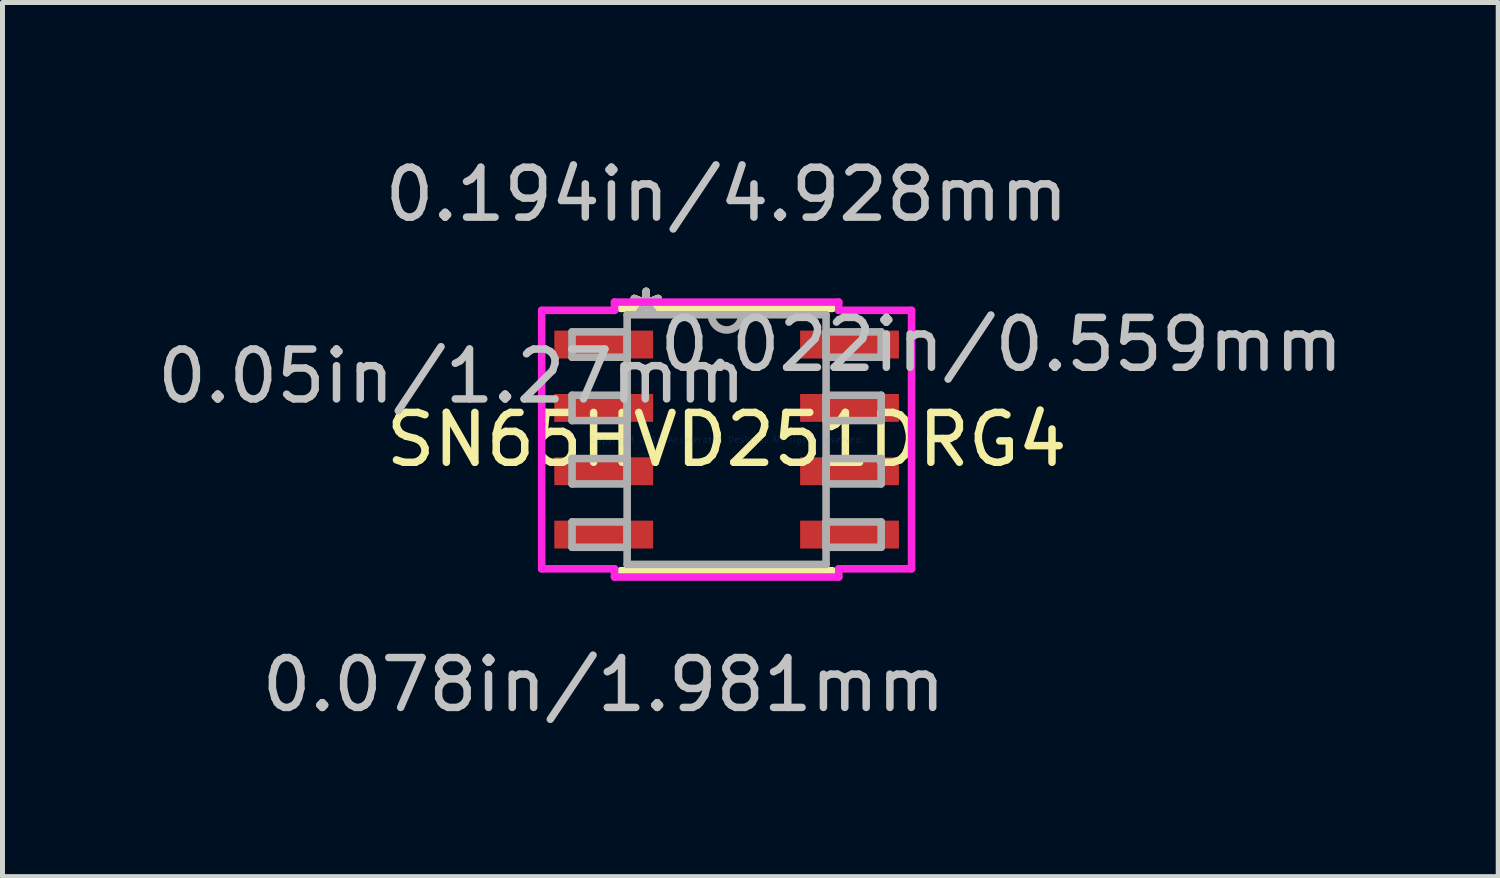
<source format=kicad_pcb>
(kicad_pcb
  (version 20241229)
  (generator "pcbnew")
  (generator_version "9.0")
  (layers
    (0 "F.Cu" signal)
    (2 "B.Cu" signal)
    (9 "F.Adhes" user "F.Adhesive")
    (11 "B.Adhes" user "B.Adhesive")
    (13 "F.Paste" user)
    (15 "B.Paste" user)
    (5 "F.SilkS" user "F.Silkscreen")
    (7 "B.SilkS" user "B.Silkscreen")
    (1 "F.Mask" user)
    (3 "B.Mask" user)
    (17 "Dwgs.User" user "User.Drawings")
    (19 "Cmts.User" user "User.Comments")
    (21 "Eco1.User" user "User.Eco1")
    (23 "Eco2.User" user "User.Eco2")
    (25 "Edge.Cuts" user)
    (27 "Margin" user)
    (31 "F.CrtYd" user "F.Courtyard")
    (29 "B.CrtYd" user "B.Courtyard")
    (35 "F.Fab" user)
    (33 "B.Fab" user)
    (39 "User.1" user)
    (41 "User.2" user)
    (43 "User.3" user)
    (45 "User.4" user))
  (footprint "SN65HVD251DRG4"
    (layer "F.Cu")
    (at 11.518 5.763)
    (property "Reference" "SN65HVD251DRG4" (at 0 0 0) (layer "F.SilkS") (effects (font (size 1 1) (thickness 0.15))))
    (attr through_hole)
    (fp_line (start -2.121 2.629) (end 2.121 2.629) (stroke (width 0.152) (type solid)) (layer "F.SilkS"))
    (fp_line (start 2.121 -2.629) (end -2.121 -2.629) (stroke (width 0.152) (type solid)) (layer "F.SilkS"))
    (fp_line (start -3.708 -2.591) (end -2.248 -2.591) (stroke (width 0.152) (type solid)) (layer "F.CrtYd"))
    (fp_line (start -3.708 2.591) (end -3.708 -2.591) (stroke (width 0.152) (type solid)) (layer "F.CrtYd"))
    (fp_line (start -2.248 -2.756) (end 2.248 -2.756) (stroke (width 0.152) (type solid)) (layer "F.CrtYd"))
    (fp_line (start -2.248 -2.591) (end -2.248 -2.756) (stroke (width 0.152) (type solid)) (layer "F.CrtYd"))
    (fp_line (start -2.248 2.591) (end -3.708 2.591) (stroke (width 0.152) (type solid)) (layer "F.CrtYd"))
    (fp_line (start -2.248 2.756) (end -2.248 2.591) (stroke (width 0.152) (type solid)) (layer "F.CrtYd"))
    (fp_line (start 2.248 -2.756) (end 2.248 -2.591) (stroke (width 0.152) (type solid)) (layer "F.CrtYd"))
    (fp_line (start 2.248 -2.591) (end 3.708 -2.591) (stroke (width 0.152) (type solid)) (layer "F.CrtYd"))
    (fp_line (start 2.248 2.591) (end 2.248 2.756) (stroke (width 0.152) (type solid)) (layer "F.CrtYd"))
    (fp_line (start 2.248 2.756) (end -2.248 2.756) (stroke (width 0.152) (type solid)) (layer "F.CrtYd"))
    (fp_line (start 3.708 -2.591) (end 3.708 2.591) (stroke (width 0.152) (type solid)) (layer "F.CrtYd"))
    (fp_line (start 3.708 2.591) (end 2.248 2.591) (stroke (width 0.152) (type solid)) (layer "F.CrtYd"))
    (fp_line (start -3.099 -2.159) (end -3.099 -1.651) (stroke (width 0.152) (type solid)) (layer "F.Fab"))
    (fp_line (start -3.099 -1.651) (end -1.994 -1.651) (stroke (width 0.152) (type solid)) (layer "F.Fab"))
    (fp_line (start -3.099 -0.889) (end -3.099 -0.381) (stroke (width 0.152) (type solid)) (layer "F.Fab"))
    (fp_line (start -3.099 -0.381) (end -1.994 -0.381) (stroke (width 0.152) (type solid)) (layer "F.Fab"))
    (fp_line (start -3.099 0.381) (end -3.099 0.889) (stroke (width 0.152) (type solid)) (layer "F.Fab"))
    (fp_line (start -3.099 0.889) (end -1.994 0.889) (stroke (width 0.152) (type solid)) (layer "F.Fab"))
    (fp_line (start -3.099 1.651) (end -3.099 2.159) (stroke (width 0.152) (type solid)) (layer "F.Fab"))
    (fp_line (start -3.099 2.159) (end -1.994 2.159) (stroke (width 0.152) (type solid)) (layer "F.Fab"))
    (fp_line (start -1.994 -2.502) (end -1.994 2.502) (stroke (width 0.152) (type solid)) (layer "F.Fab"))
    (fp_line (start -1.994 -2.159) (end -3.099 -2.159) (stroke (width 0.152) (type solid)) (layer "F.Fab"))
    (fp_line (start -1.994 -1.651) (end -1.994 -2.159) (stroke (width 0.152) (type solid)) (layer "F.Fab"))
    (fp_line (start -1.994 -0.889) (end -3.099 -0.889) (stroke (width 0.152) (type solid)) (layer "F.Fab"))
    (fp_line (start -1.994 -0.381) (end -1.994 -0.889) (stroke (width 0.152) (type solid)) (layer "F.Fab"))
    (fp_line (start -1.994 0.381) (end -3.099 0.381) (stroke (width 0.152) (type solid)) (layer "F.Fab"))
    (fp_line (start -1.994 0.889) (end -1.994 0.381) (stroke (width 0.152) (type solid)) (layer "F.Fab"))
    (fp_line (start -1.994 1.651) (end -3.099 1.651) (stroke (width 0.152) (type solid)) (layer "F.Fab"))
    (fp_line (start -1.994 2.159) (end -1.994 1.651) (stroke (width 0.152) (type solid)) (layer "F.Fab"))
    (fp_line (start -1.994 2.502) (end 1.994 2.502) (stroke (width 0.152) (type solid)) (layer "F.Fab"))
    (fp_line (start 1.994 -2.502) (end -1.994 -2.502) (stroke (width 0.152) (type solid)) (layer "F.Fab"))
    (fp_line (start 1.994 -2.159) (end 1.994 -1.651) (stroke (width 0.152) (type solid)) (layer "F.Fab"))
    (fp_line (start 1.994 -1.651) (end 3.099 -1.651) (stroke (width 0.152) (type solid)) (layer "F.Fab"))
    (fp_line (start 1.994 -0.889) (end 1.994 -0.381) (stroke (width 0.152) (type solid)) (layer "F.Fab"))
    (fp_line (start 1.994 -0.381) (end 3.099 -0.381) (stroke (width 0.152) (type solid)) (layer "F.Fab"))
    (fp_line (start 1.994 0.381) (end 1.994 0.889) (stroke (width 0.152) (type solid)) (layer "F.Fab"))
    (fp_line (start 1.994 0.889) (end 3.099 0.889) (stroke (width 0.152) (type solid)) (layer "F.Fab"))
    (fp_line (start 1.994 1.651) (end 1.994 2.159) (stroke (width 0.152) (type solid)) (layer "F.Fab"))
    (fp_line (start 1.994 2.159) (end 3.099 2.159) (stroke (width 0.152) (type solid)) (layer "F.Fab"))
    (fp_line (start 1.994 2.502) (end 1.994 -2.502) (stroke (width 0.152) (type solid)) (layer "F.Fab"))
    (fp_line (start 3.099 -2.159) (end 1.994 -2.159) (stroke (width 0.152) (type solid)) (layer "F.Fab"))
    (fp_line (start 3.099 -1.651) (end 3.099 -2.159) (stroke (width 0.152) (type solid)) (layer "F.Fab"))
    (fp_line (start 3.099 -0.889) (end 1.994 -0.889) (stroke (width 0.152) (type solid)) (layer "F.Fab"))
    (fp_line (start 3.099 -0.381) (end 3.099 -0.889) (stroke (width 0.152) (type solid)) (layer "F.Fab"))
    (fp_line (start 3.099 0.381) (end 1.994 0.381) (stroke (width 0.152) (type solid)) (layer "F.Fab"))
    (fp_line (start 3.099 0.889) (end 3.099 0.381) (stroke (width 0.152) (type solid)) (layer "F.Fab"))
    (fp_line (start 3.099 1.651) (end 1.994 1.651) (stroke (width 0.152) (type solid)) (layer "F.Fab"))
    (fp_line (start 3.099 2.159) (end 3.099 1.651) (stroke (width 0.152) (type solid)) (layer "F.Fab"))
    (fp_arc (start 0.3048 -2.5019) (mid 0 -2.1971) (end -0.3048 -2.5019) (stroke (width 0.1524) (type solid)) (layer "F.Fab"))
    (fp_text user "*" (at -1.613 -2.426 0) (layer "F.SilkS") (effects (font (size 1 1) (thickness 0.15))))
    (fp_text user "*" (at -1.613 -2.426 0) (layer "F.SilkS") (effects (font (size 1 1) (thickness 0.15))))
    (fp_text user "0.078in/1.981mm" (at -2.464 4.915 0) (layer "Dwgs.User") (effects (font (size 1 1) (thickness 0.15))))
    (fp_text user "0.05in/1.27mm" (at -5.512 -1.27 0) (layer "Dwgs.User") (effects (font (size 1 1) (thickness 0.15))))
    (fp_text user "0.194in/4.928mm" (at 0 -4.915 0) (layer "Dwgs.User") (effects (font (size 1 1) (thickness 0.15))))
    (fp_text user "0.022in/0.559mm" (at 5.512 -1.905 0) (layer "Dwgs.User") (effects (font (size 1 1) (thickness 0.15))))
    (fp_text user "Copyright 2016 Accelerated Designs. All rights reserved." (at 0 0 0) (layer "Cmts.User") (effects (font (size 0.127 0.127) (thickness 0.002))))
    (fp_text user "*" (at -1.613 -2.426 0) (layer "F.Fab") (effects (font (size 1 1) (thickness 0.15))))
    (fp_text user "*" (at -1.613 -2.426 0) (layer "F.Fab") (effects (font (size 1 1) (thickness 0.15))))
    (pad "1" smd rect (at -2.464 -1.905) (size 1.981 0.559) (layers "F.Cu" "F.Mask" "F.Paste"))
    (pad "2" smd rect (at -2.464 -0.635) (size 1.981 0.559) (layers "F.Cu" "F.Mask" "F.Paste"))
    (pad "3" smd rect (at -2.464 0.635) (size 1.981 0.559) (layers "F.Cu" "F.Mask" "F.Paste"))
    (pad "4" smd rect (at -2.464 1.905) (size 1.981 0.559) (layers "F.Cu" "F.Mask" "F.Paste"))
    (pad "5" smd rect (at 2.464 1.905) (size 1.981 0.559) (layers "F.Cu" "F.Mask" "F.Paste"))
    (pad "6" smd rect (at 2.464 0.635) (size 1.981 0.559) (layers "F.Cu" "F.Mask" "F.Paste"))
    (pad "7" smd rect (at 2.464 -0.635) (size 1.981 0.559) (layers "F.Cu" "F.Mask" "F.Paste"))
    (pad "8" smd rect (at 2.464 -1.905) (size 1.981 0.559) (layers "F.Cu" "F.Mask" "F.Paste")))
  (gr_rect
    (start -3 -3)
    (end 26.988 14.526)
    (stroke (width 0.1) (type default))
    (fill no)
    (layer "Edge.Cuts")))
</source>
